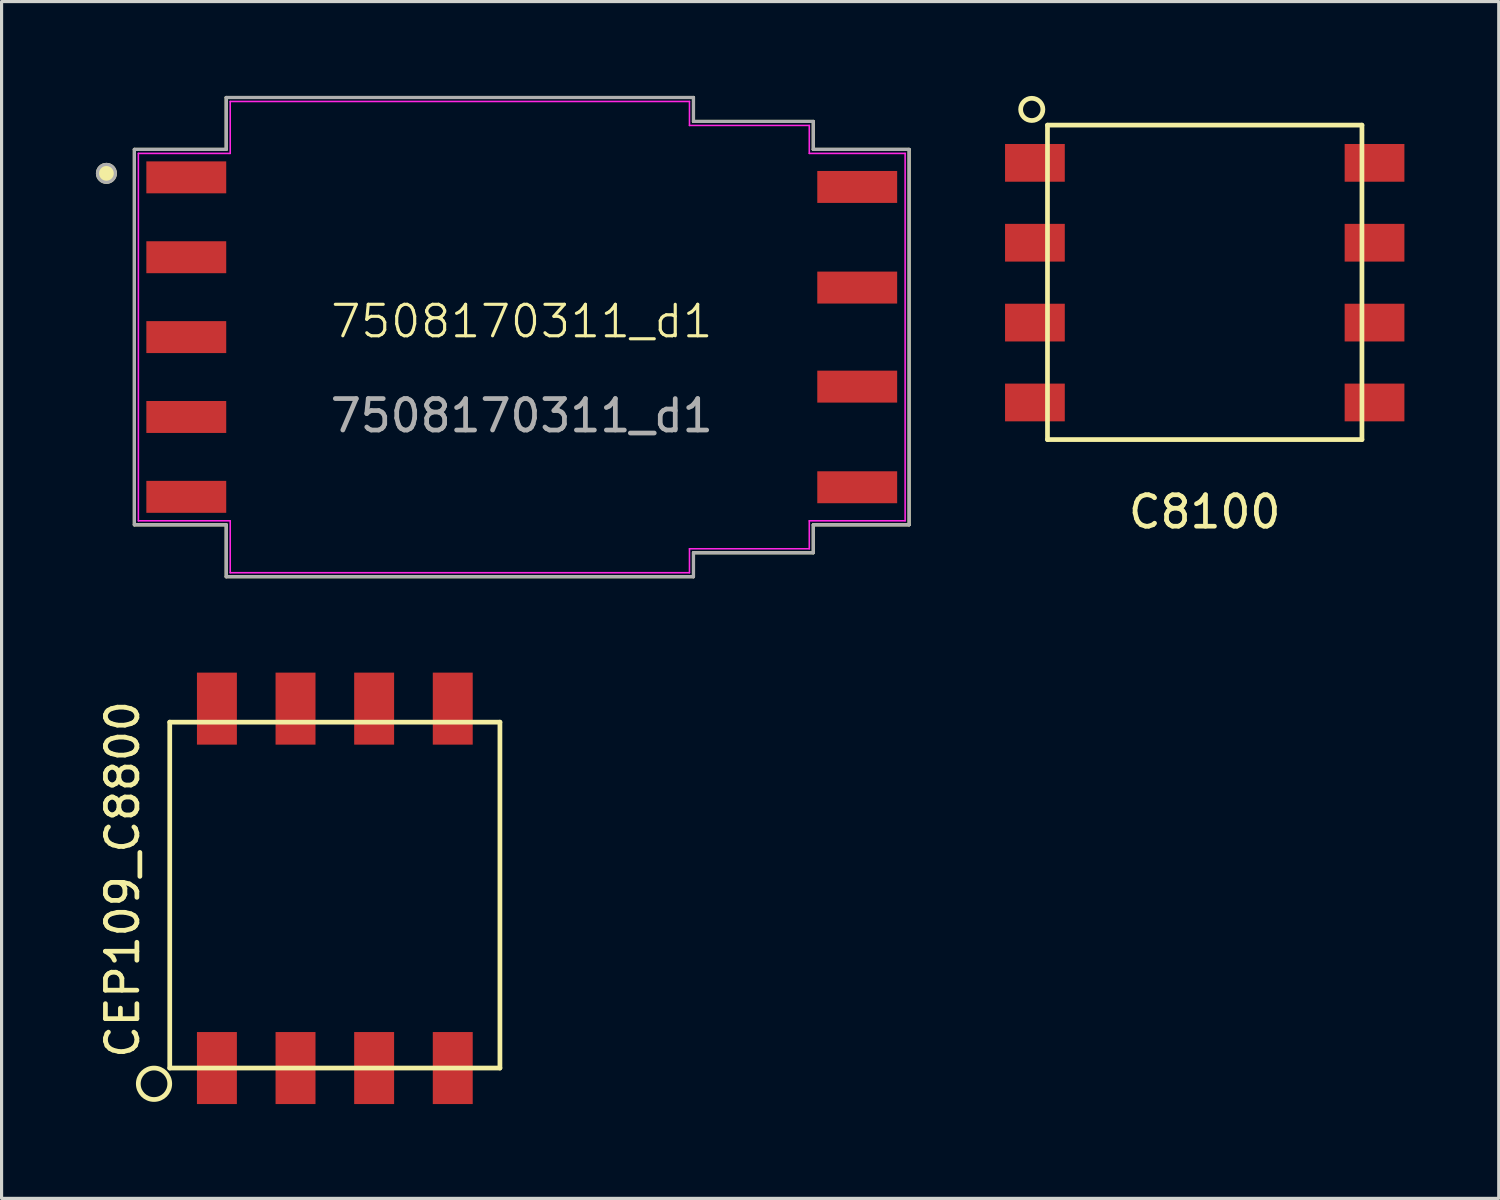
<source format=kicad_pcb>
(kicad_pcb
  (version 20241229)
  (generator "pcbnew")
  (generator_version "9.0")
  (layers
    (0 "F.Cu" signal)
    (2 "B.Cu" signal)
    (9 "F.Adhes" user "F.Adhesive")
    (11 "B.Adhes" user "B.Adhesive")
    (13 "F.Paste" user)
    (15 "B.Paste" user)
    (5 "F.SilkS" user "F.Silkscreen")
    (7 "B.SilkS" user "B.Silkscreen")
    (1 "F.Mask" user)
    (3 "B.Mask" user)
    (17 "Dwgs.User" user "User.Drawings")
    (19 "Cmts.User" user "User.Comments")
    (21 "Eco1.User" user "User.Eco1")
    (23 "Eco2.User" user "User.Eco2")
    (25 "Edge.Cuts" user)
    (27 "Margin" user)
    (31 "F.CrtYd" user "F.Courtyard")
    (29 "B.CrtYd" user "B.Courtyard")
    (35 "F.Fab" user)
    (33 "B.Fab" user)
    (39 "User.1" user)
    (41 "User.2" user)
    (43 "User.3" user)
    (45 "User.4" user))
  (footprint "C8100"
    (layer "F.Cu")
    (at 35.261 5.929)
    (property "Reference" "C8100" (at 0 7.3 0) (layer "F.SilkS") (effects (font (size 1 1) (thickness 0.15))))
    (attr through_hole)
    (fp_line (start -5 -5) (end 5 -5) (stroke (width 0.15) (type solid)) (layer "F.SilkS"))
    (fp_line (start -5 5) (end -5 -5) (stroke (width 0.15) (type solid)) (layer "F.SilkS"))
    (fp_line (start 5 -5) (end 5 5) (stroke (width 0.15) (type solid)) (layer "F.SilkS"))
    (fp_line (start 5 5) (end -5 5) (stroke (width 0.15) (type solid)) (layer "F.SilkS"))
    (fp_circle (center -5.5 -5.5) (end -5.25 -5.25) (stroke (width 0.15) (type solid)) (fill no) (layer "F.SilkS"))
    (pad "1" smd rect (at -5.4 -3.8) (size 1.9 1.2) (layers "F.Cu" "F.Mask" "F.Paste"))
    (pad "2" smd rect (at -5.4 -1.26) (size 1.9 1.2) (layers "F.Cu" "F.Mask" "F.Paste"))
    (pad "3" smd rect (at -5.4 1.28) (size 1.9 1.2) (layers "F.Cu" "F.Mask" "F.Paste"))
    (pad "4" smd rect (at -5.4 3.82) (size 1.9 1.2) (layers "F.Cu" "F.Mask" "F.Paste"))
    (pad "5" smd rect (at 5.4 3.82) (size 1.9 1.2) (layers "F.Cu" "F.Mask" "F.Paste"))
    (pad "6" smd rect (at 5.4 1.28) (size 1.9 1.2) (layers "F.Cu" "F.Mask" "F.Paste"))
    (pad "7" smd rect (at 5.4 -1.26) (size 1.9 1.2) (layers "F.Cu" "F.Mask" "F.Paste"))
    (pad "8" smd rect (at 5.4 -3.8) (size 1.9 1.2) (layers "F.Cu" "F.Mask" "F.Paste")))
  (footprint "7508170311_d1"
    (layer "F.Cu")
    (at 13.542 7.67)
    (property "Reference" "7508170311_d1" (at 0 -0.5 0) (unlocked yes) (layer "F.SilkS") (effects (font (size 1 1) (thickness 0.1))))
    (attr smd)
    (fp_line (start -12.319 -5.969) (end -12.319 5.969) (stroke (width 0.1) (type default)) (layer "F.SilkS"))
    (fp_line (start -12.319 5.969) (end -9.398 5.969) (stroke (width 0.1) (type default)) (layer "F.SilkS"))
    (fp_line (start -9.398 -7.62) (end -9.398 -5.969) (stroke (width 0.1) (type default)) (layer "F.SilkS"))
    (fp_line (start -9.398 -5.969) (end -12.319 -5.969) (stroke (width 0.1) (type default)) (layer "F.SilkS"))
    (fp_line (start -9.398 5.969) (end -9.398 7.62) (stroke (width 0.1) (type default)) (layer "F.SilkS"))
    (fp_line (start -9.398 7.62) (end 5.461 7.62) (stroke (width 0.1) (type default)) (layer "F.SilkS"))
    (fp_line (start 5.461 -7.62) (end -9.398 -7.62) (stroke (width 0.1) (type default)) (layer "F.SilkS"))
    (fp_line (start 5.461 -6.858) (end 5.461 -7.62) (stroke (width 0.1) (type default)) (layer "F.SilkS"))
    (fp_line (start 5.461 -6.858) (end 9.271 -6.858) (stroke (width 0.1) (type default)) (layer "F.SilkS"))
    (fp_line (start 5.461 6.858) (end 9.271 6.858) (stroke (width 0.1) (type default)) (layer "F.SilkS"))
    (fp_line (start 5.461 7.62) (end 5.461 6.858) (stroke (width 0.1) (type default)) (layer "F.SilkS"))
    (fp_line (start 9.271 -6.858) (end 9.271 -5.969) (stroke (width 0.1) (type default)) (layer "F.SilkS"))
    (fp_line (start 9.271 5.969) (end 9.271 6.858) (stroke (width 0.1) (type default)) (layer "F.SilkS"))
    (fp_line (start 12.319 -5.969) (end 9.271 -5.969) (stroke (width 0.1) (type default)) (layer "F.SilkS"))
    (fp_line (start 12.319 5.969) (end 9.271 5.969) (stroke (width 0.1) (type default)) (layer "F.SilkS"))
    (fp_line (start 12.319 5.969) (end 12.319 -5.969) (stroke (width 0.1) (type default)) (layer "F.SilkS"))
    (fp_circle (center -13.208 -5.207) (end -12.924 -5.207) (stroke (width 0.1) (type solid)) (fill yes) (layer "F.SilkS"))
    (fp_line (start -12.192 -5.842) (end -12.192 5.842) (stroke (width 0.05) (type default)) (layer "F.CrtYd"))
    (fp_line (start -12.192 5.842) (end -9.271 5.842) (stroke (width 0.05) (type default)) (layer "F.CrtYd"))
    (fp_line (start -9.271 -7.493) (end -9.271 -5.842) (stroke (width 0.05) (type default)) (layer "F.CrtYd"))
    (fp_line (start -9.271 -5.842) (end -12.192 -5.842) (stroke (width 0.05) (type default)) (layer "F.CrtYd"))
    (fp_line (start -9.271 5.842) (end -9.271 7.493) (stroke (width 0.05) (type default)) (layer "F.CrtYd"))
    (fp_line (start -9.271 7.493) (end 5.334 7.493) (stroke (width 0.05) (type default)) (layer "F.CrtYd"))
    (fp_line (start 5.334 -7.493) (end -9.271 -7.493) (stroke (width 0.05) (type default)) (layer "F.CrtYd"))
    (fp_line (start 5.334 -6.731) (end 5.334 -7.493) (stroke (width 0.05) (type default)) (layer "F.CrtYd"))
    (fp_line (start 5.334 7.493) (end 5.334 6.731) (stroke (width 0.05) (type default)) (layer "F.CrtYd"))
    (fp_line (start 9.144 -6.731) (end 5.334 -6.731) (stroke (width 0.05) (type default)) (layer "F.CrtYd"))
    (fp_line (start 9.144 -5.842) (end 9.144 -6.731) (stroke (width 0.05) (type default)) (layer "F.CrtYd"))
    (fp_line (start 9.144 5.842) (end 9.144 6.731) (stroke (width 0.05) (type default)) (layer "F.CrtYd"))
    (fp_line (start 9.144 5.842) (end 12.192 5.842) (stroke (width 0.05) (type default)) (layer "F.CrtYd"))
    (fp_line (start 9.144 6.731) (end 5.334 6.731) (stroke (width 0.05) (type default)) (layer "F.CrtYd"))
    (fp_line (start 12.192 -5.842) (end 9.144 -5.842) (stroke (width 0.05) (type default)) (layer "F.CrtYd"))
    (fp_line (start 12.192 5.842) (end 12.192 -5.842) (stroke (width 0.05) (type default)) (layer "F.CrtYd"))
    (fp_line (start -12.319 -5.969) (end -9.398 -5.969) (stroke (width 0.1) (type default)) (layer "F.Fab"))
    (fp_line (start -12.319 5.969) (end -12.319 -5.969) (stroke (width 0.1) (type default)) (layer "F.Fab"))
    (fp_line (start -9.398 -7.62) (end 5.461 -7.62) (stroke (width 0.1) (type default)) (layer "F.Fab"))
    (fp_line (start -9.398 -5.969) (end -9.398 -7.62) (stroke (width 0.1) (type default)) (layer "F.Fab"))
    (fp_line (start -9.398 5.969) (end -12.319 5.969) (stroke (width 0.1) (type default)) (layer "F.Fab"))
    (fp_line (start -9.398 7.62) (end -9.398 5.969) (stroke (width 0.1) (type default)) (layer "F.Fab"))
    (fp_line (start 5.461 -7.62) (end 5.461 -6.858) (stroke (width 0.1) (type default)) (layer "F.Fab"))
    (fp_line (start 5.461 -6.858) (end 9.271 -6.858) (stroke (width 0.1) (type default)) (layer "F.Fab"))
    (fp_line (start 5.461 6.858) (end 5.461 7.62) (stroke (width 0.1) (type default)) (layer "F.Fab"))
    (fp_line (start 5.461 7.62) (end -9.398 7.62) (stroke (width 0.1) (type default)) (layer "F.Fab"))
    (fp_line (start 9.271 -6.858) (end 9.271 -5.969) (stroke (width 0.1) (type default)) (layer "F.Fab"))
    (fp_line (start 9.271 -5.969) (end 12.319 -5.969) (stroke (width 0.1) (type default)) (layer "F.Fab"))
    (fp_line (start 9.271 5.969) (end 9.271 6.858) (stroke (width 0.1) (type default)) (layer "F.Fab"))
    (fp_line (start 9.271 6.858) (end 5.461 6.858) (stroke (width 0.1) (type default)) (layer "F.Fab"))
    (fp_line (start 12.319 -5.969) (end 12.319 5.969) (stroke (width 0.1) (type default)) (layer "F.Fab"))
    (fp_line (start 12.319 5.969) (end 9.271 5.969) (stroke (width 0.1) (type default)) (layer "F.Fab"))
    (fp_circle (center -13.208 -5.207) (end -12.924 -5.207) (stroke (width 0.1) (type solid)) (fill no) (layer "F.Fab"))
    (fp_text user "${REFERENCE}" (at 0 2.5 0) (unlocked yes) (layer "F.Fab") (effects (font (size 1 1) (thickness 0.15))))
    (pad "1" smd rect (at -10.668 -5.08) (size 2.54 1.016) (layers "F.Cu" "F.Mask" "F.Paste"))
    (pad "2" smd rect (at -10.668 -2.54) (size 2.54 1.016) (layers "F.Cu" "F.Mask" "F.Paste"))
    (pad "3" smd rect (at -10.668 0) (size 2.54 1.016) (layers "F.Cu" "F.Mask" "F.Paste"))
    (pad "4" smd rect (at -10.668 2.54) (size 2.54 1.016) (layers "F.Cu" "F.Mask" "F.Paste"))
    (pad "5" smd rect (at -10.668 5.08) (size 2.54 1.016) (layers "F.Cu" "F.Mask" "F.Paste"))
    (pad "6" smd rect (at 10.668 4.775) (size 2.54 1.016) (layers "F.Cu" "F.Mask" "F.Paste"))
    (pad "7" smd rect (at 10.668 1.575) (size 2.54 1.016) (layers "F.Cu" "F.Mask" "F.Paste"))
    (pad "8" smd rect (at 10.668 -1.575) (size 2.54 1.016) (layers "F.Cu" "F.Mask" "F.Paste"))
    (pad "9" smd rect (at 10.668 -4.775) (size 2.54 1.016) (layers "F.Cu" "F.Mask" "F.Paste")))
  (footprint "CEP109_C8800"
    (layer "F.Cu")
    (at 6.848 24.915)
    (property "Reference" "CEP109_C8800" (at -6 0 270) (layer "F.SilkS") (effects (font (size 1 1) (thickness 0.15))))
    (attr through_hole)
    (fp_line (start -4.5 -5) (end 6 -5) (stroke (width 0.15) (type solid)) (layer "F.SilkS"))
    (fp_line (start -4.5 6) (end -4.5 -5) (stroke (width 0.15) (type solid)) (layer "F.SilkS"))
    (fp_line (start 6 -5) (end 6 6) (stroke (width 0.15) (type solid)) (layer "F.SilkS"))
    (fp_line (start 6 6) (end -4.5 6) (stroke (width 0.15) (type solid)) (layer "F.SilkS"))
    (fp_circle (center -5 6.5) (end -5 7) (stroke (width 0.15) (type solid)) (fill no) (layer "F.SilkS"))
    (pad "1" smd rect (at -3 6) (size 1.27 2.29) (layers "F.Cu" "F.Mask" "F.Paste"))
    (pad "2" smd rect (at -0.5 6) (size 1.27 2.29) (layers "F.Cu" "F.Mask" "F.Paste"))
    (pad "3" smd rect (at 2 6) (size 1.27 2.29) (layers "F.Cu" "F.Mask" "F.Paste"))
    (pad "4" smd rect (at 4.5 6) (size 1.27 2.29) (layers "F.Cu" "F.Mask" "F.Paste"))
    (pad "5" smd rect (at 4.5 -5.43) (size 1.27 2.29) (layers "F.Cu" "F.Mask" "F.Paste"))
    (pad "6" smd rect (at 2 -5.43) (size 1.27 2.29) (layers "F.Cu" "F.Mask" "F.Paste"))
    (pad "7" smd rect (at -0.5 -5.43) (size 1.27 2.29) (layers "F.Cu" "F.Mask" "F.Paste"))
    (pad "8" smd rect (at -3 -5.43) (size 1.27 2.29) (layers "F.Cu" "F.Mask" "F.Paste")))
  (gr_rect
    (start -3 -3)
    (end 44.611 35.06)
    (stroke (width 0.1) (type default))
    (fill no)
    (layer "Edge.Cuts")))
</source>
